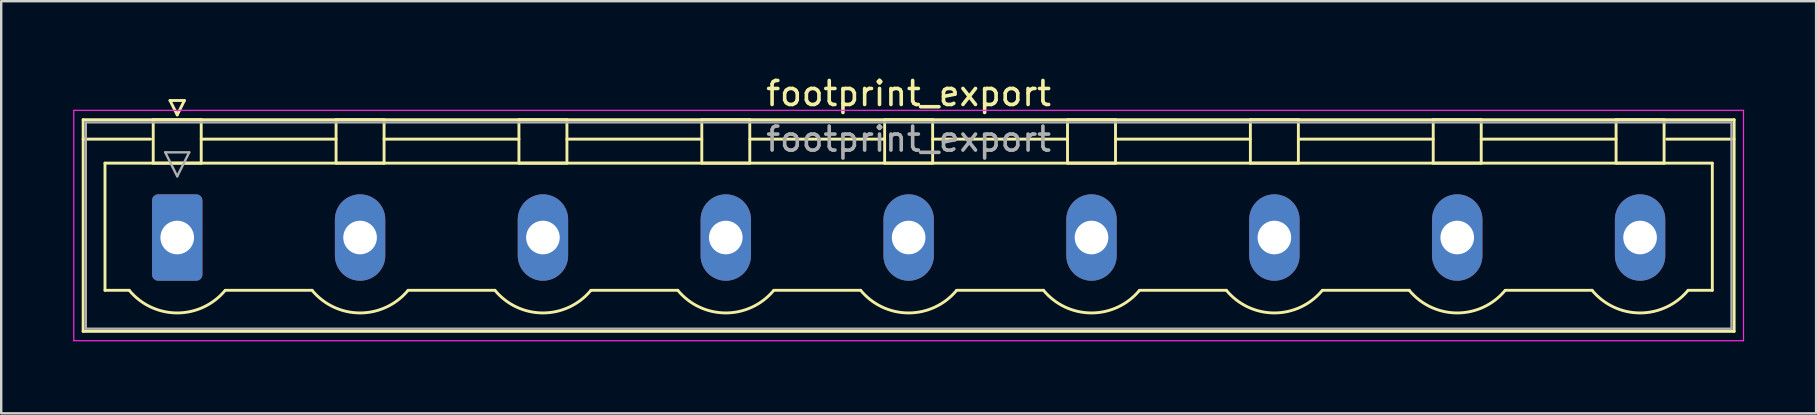
<source format=kicad_pcb>
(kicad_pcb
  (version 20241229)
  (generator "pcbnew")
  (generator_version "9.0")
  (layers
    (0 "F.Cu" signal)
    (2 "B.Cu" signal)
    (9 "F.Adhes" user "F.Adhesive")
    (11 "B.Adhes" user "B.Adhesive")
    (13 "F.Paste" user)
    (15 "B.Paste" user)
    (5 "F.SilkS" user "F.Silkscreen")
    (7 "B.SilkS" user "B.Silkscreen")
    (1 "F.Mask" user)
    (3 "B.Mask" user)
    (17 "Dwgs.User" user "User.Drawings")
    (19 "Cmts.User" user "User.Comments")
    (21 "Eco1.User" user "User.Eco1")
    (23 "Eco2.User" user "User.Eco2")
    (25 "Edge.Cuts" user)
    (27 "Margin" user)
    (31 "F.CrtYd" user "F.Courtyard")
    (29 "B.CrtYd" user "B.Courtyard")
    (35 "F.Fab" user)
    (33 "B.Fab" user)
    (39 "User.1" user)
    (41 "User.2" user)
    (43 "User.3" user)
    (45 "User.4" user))
  (footprint "footprint_export"
    (layer "F.Cu")
    (at 4.335 6.848)
    (property "Reference" "footprint_export" (at 30.48 -6 0) (layer "F.SilkS") (effects (font (size 1 1) (thickness 0.15))))
    (attr through_hole)
    (fp_line (start -3.92 -4.91) (end -3.92 3.91) (stroke (width 0.12) (type solid)) (layer "F.SilkS"))
    (fp_line (start -3.92 -4.1) (end -1.11 -4.1) (stroke (width 0.12) (type solid)) (layer "F.SilkS"))
    (fp_line (start -3.92 3.91) (end 64.88 3.91) (stroke (width 0.12) (type solid)) (layer "F.SilkS"))
    (fp_line (start -3.01 -3.1) (end 63.97 -3.1) (stroke (width 0.12) (type solid)) (layer "F.SilkS"))
    (fp_line (start -3.01 2.2) (end -3.01 -3.1) (stroke (width 0.12) (type solid)) (layer "F.SilkS"))
    (fp_line (start -2 2.2) (end -3.01 2.2) (stroke (width 0.12) (type solid)) (layer "F.SilkS"))
    (fp_line (start -1 -4.91) (end 1 -4.91) (stroke (width 0.12) (type solid)) (layer "F.SilkS"))
    (fp_line (start -1 -3.1) (end -1 -4.91) (stroke (width 0.12) (type solid)) (layer "F.SilkS"))
    (fp_line (start -0.3 -5.71) (end 0.3 -5.71) (stroke (width 0.12) (type solid)) (layer "F.SilkS"))
    (fp_line (start 0 -5.11) (end -0.3 -5.71) (stroke (width 0.12) (type solid)) (layer "F.SilkS"))
    (fp_line (start 0.3 -5.71) (end 0 -5.11) (stroke (width 0.12) (type solid)) (layer "F.SilkS"))
    (fp_line (start 1 -4.91) (end 1 -3.1) (stroke (width 0.12) (type solid)) (layer "F.SilkS"))
    (fp_line (start 1 -4.1) (end 6.62 -4.1) (stroke (width 0.12) (type solid)) (layer "F.SilkS"))
    (fp_line (start 1 -3.1) (end -1 -3.1) (stroke (width 0.12) (type solid)) (layer "F.SilkS"))
    (fp_line (start 2 2.2) (end 5.62 2.2) (stroke (width 0.12) (type solid)) (layer "F.SilkS"))
    (fp_line (start 6.62 -4.91) (end 8.62 -4.91) (stroke (width 0.12) (type solid)) (layer "F.SilkS"))
    (fp_line (start 6.62 -3.1) (end 6.62 -4.91) (stroke (width 0.12) (type solid)) (layer "F.SilkS"))
    (fp_line (start 8.62 -4.91) (end 8.62 -3.1) (stroke (width 0.12) (type solid)) (layer "F.SilkS"))
    (fp_line (start 8.62 -4.1) (end 14.24 -4.1) (stroke (width 0.12) (type solid)) (layer "F.SilkS"))
    (fp_line (start 8.62 -3.1) (end 6.62 -3.1) (stroke (width 0.12) (type solid)) (layer "F.SilkS"))
    (fp_line (start 9.62 2.2) (end 13.24 2.2) (stroke (width 0.12) (type solid)) (layer "F.SilkS"))
    (fp_line (start 14.24 -4.91) (end 16.24 -4.91) (stroke (width 0.12) (type solid)) (layer "F.SilkS"))
    (fp_line (start 14.24 -3.1) (end 14.24 -4.91) (stroke (width 0.12) (type solid)) (layer "F.SilkS"))
    (fp_line (start 16.24 -4.91) (end 16.24 -3.1) (stroke (width 0.12) (type solid)) (layer "F.SilkS"))
    (fp_line (start 16.24 -4.1) (end 21.86 -4.1) (stroke (width 0.12) (type solid)) (layer "F.SilkS"))
    (fp_line (start 16.24 -3.1) (end 14.24 -3.1) (stroke (width 0.12) (type solid)) (layer "F.SilkS"))
    (fp_line (start 17.24 2.2) (end 20.86 2.2) (stroke (width 0.12) (type solid)) (layer "F.SilkS"))
    (fp_line (start 21.86 -4.91) (end 23.86 -4.91) (stroke (width 0.12) (type solid)) (layer "F.SilkS"))
    (fp_line (start 21.86 -3.1) (end 21.86 -4.91) (stroke (width 0.12) (type solid)) (layer "F.SilkS"))
    (fp_line (start 23.86 -4.91) (end 23.86 -3.1) (stroke (width 0.12) (type solid)) (layer "F.SilkS"))
    (fp_line (start 23.86 -4.1) (end 29.48 -4.1) (stroke (width 0.12) (type solid)) (layer "F.SilkS"))
    (fp_line (start 23.86 -3.1) (end 21.86 -3.1) (stroke (width 0.12) (type solid)) (layer "F.SilkS"))
    (fp_line (start 24.86 2.2) (end 28.48 2.2) (stroke (width 0.12) (type solid)) (layer "F.SilkS"))
    (fp_line (start 29.48 -4.91) (end 31.48 -4.91) (stroke (width 0.12) (type solid)) (layer "F.SilkS"))
    (fp_line (start 29.48 -3.1) (end 29.48 -4.91) (stroke (width 0.12) (type solid)) (layer "F.SilkS"))
    (fp_line (start 31.48 -4.91) (end 31.48 -3.1) (stroke (width 0.12) (type solid)) (layer "F.SilkS"))
    (fp_line (start 31.48 -4.1) (end 37.1 -4.1) (stroke (width 0.12) (type solid)) (layer "F.SilkS"))
    (fp_line (start 31.48 -3.1) (end 29.48 -3.1) (stroke (width 0.12) (type solid)) (layer "F.SilkS"))
    (fp_line (start 32.48 2.2) (end 36.1 2.2) (stroke (width 0.12) (type solid)) (layer "F.SilkS"))
    (fp_line (start 37.1 -4.91) (end 39.1 -4.91) (stroke (width 0.12) (type solid)) (layer "F.SilkS"))
    (fp_line (start 37.1 -3.1) (end 37.1 -4.91) (stroke (width 0.12) (type solid)) (layer "F.SilkS"))
    (fp_line (start 39.1 -4.91) (end 39.1 -3.1) (stroke (width 0.12) (type solid)) (layer "F.SilkS"))
    (fp_line (start 39.1 -4.1) (end 44.72 -4.1) (stroke (width 0.12) (type solid)) (layer "F.SilkS"))
    (fp_line (start 39.1 -3.1) (end 37.1 -3.1) (stroke (width 0.12) (type solid)) (layer "F.SilkS"))
    (fp_line (start 40.1 2.2) (end 43.72 2.2) (stroke (width 0.12) (type solid)) (layer "F.SilkS"))
    (fp_line (start 44.72 -4.91) (end 46.72 -4.91) (stroke (width 0.12) (type solid)) (layer "F.SilkS"))
    (fp_line (start 44.72 -3.1) (end 44.72 -4.91) (stroke (width 0.12) (type solid)) (layer "F.SilkS"))
    (fp_line (start 46.72 -4.91) (end 46.72 -3.1) (stroke (width 0.12) (type solid)) (layer "F.SilkS"))
    (fp_line (start 46.72 -4.1) (end 52.34 -4.1) (stroke (width 0.12) (type solid)) (layer "F.SilkS"))
    (fp_line (start 46.72 -3.1) (end 44.72 -3.1) (stroke (width 0.12) (type solid)) (layer "F.SilkS"))
    (fp_line (start 47.72 2.2) (end 51.34 2.2) (stroke (width 0.12) (type solid)) (layer "F.SilkS"))
    (fp_line (start 52.34 -4.91) (end 54.34 -4.91) (stroke (width 0.12) (type solid)) (layer "F.SilkS"))
    (fp_line (start 52.34 -3.1) (end 52.34 -4.91) (stroke (width 0.12) (type solid)) (layer "F.SilkS"))
    (fp_line (start 54.34 -4.91) (end 54.34 -3.1) (stroke (width 0.12) (type solid)) (layer "F.SilkS"))
    (fp_line (start 54.34 -4.1) (end 59.96 -4.1) (stroke (width 0.12) (type solid)) (layer "F.SilkS"))
    (fp_line (start 54.34 -3.1) (end 52.34 -3.1) (stroke (width 0.12) (type solid)) (layer "F.SilkS"))
    (fp_line (start 55.34 2.2) (end 58.96 2.2) (stroke (width 0.12) (type solid)) (layer "F.SilkS"))
    (fp_line (start 59.96 -4.91) (end 61.96 -4.91) (stroke (width 0.12) (type solid)) (layer "F.SilkS"))
    (fp_line (start 59.96 -3.1) (end 59.96 -4.91) (stroke (width 0.12) (type solid)) (layer "F.SilkS"))
    (fp_line (start 61.96 -4.91) (end 61.96 -3.1) (stroke (width 0.12) (type solid)) (layer "F.SilkS"))
    (fp_line (start 61.96 -3.1) (end 59.96 -3.1) (stroke (width 0.12) (type solid)) (layer "F.SilkS"))
    (fp_line (start 63.97 -3.1) (end 63.97 2.2) (stroke (width 0.12) (type solid)) (layer "F.SilkS"))
    (fp_line (start 63.97 2.2) (end 62.96 2.2) (stroke (width 0.12) (type solid)) (layer "F.SilkS"))
    (fp_line (start 64.88 -4.91) (end -3.92 -4.91) (stroke (width 0.12) (type solid)) (layer "F.SilkS"))
    (fp_line (start 64.88 -4.1) (end 62.07 -4.1) (stroke (width 0.12) (type solid)) (layer "F.SilkS"))
    (fp_line (start 64.88 3.91) (end 64.88 -4.91) (stroke (width 0.12) (type solid)) (layer "F.SilkS"))
    (fp_arc (start 1.986842 2.215821) (mid -0.010289 3.142758) (end -2 2.2) (stroke (width 0.12) (type solid)) (layer "F.SilkS"))
    (fp_arc (start 9.606842 2.215821) (mid 7.609711 3.142758) (end 5.62 2.2) (stroke (width 0.12) (type solid)) (layer "F.SilkS"))
    (fp_arc (start 17.226842 2.215821) (mid 15.229711 3.142758) (end 13.24 2.2) (stroke (width 0.12) (type solid)) (layer "F.SilkS"))
    (fp_arc (start 24.846842 2.215821) (mid 22.849711 3.142758) (end 20.86 2.2) (stroke (width 0.12) (type solid)) (layer "F.SilkS"))
    (fp_arc (start 32.466842 2.215821) (mid 30.469711 3.142758) (end 28.48 2.2) (stroke (width 0.12) (type solid)) (layer "F.SilkS"))
    (fp_arc (start 40.086842 2.215821) (mid 38.089711 3.142758) (end 36.1 2.2) (stroke (width 0.12) (type solid)) (layer "F.SilkS"))
    (fp_arc (start 47.706842 2.215821) (mid 45.709711 3.142758) (end 43.72 2.2) (stroke (width 0.12) (type solid)) (layer "F.SilkS"))
    (fp_arc (start 55.326842 2.215821) (mid 53.329711 3.142758) (end 51.34 2.2) (stroke (width 0.12) (type solid)) (layer "F.SilkS"))
    (fp_arc (start 62.946842 2.215821) (mid 60.949711 3.142758) (end 58.96 2.2) (stroke (width 0.12) (type solid)) (layer "F.SilkS"))
    (fp_line (start -4.31 -5.3) (end -4.31 4.3) (stroke (width 0.05) (type solid)) (layer "F.CrtYd"))
    (fp_line (start -4.31 4.3) (end 65.27 4.3) (stroke (width 0.05) (type solid)) (layer "F.CrtYd"))
    (fp_line (start 65.27 -5.3) (end -4.31 -5.3) (stroke (width 0.05) (type solid)) (layer "F.CrtYd"))
    (fp_line (start 65.27 4.3) (end 65.27 -5.3) (stroke (width 0.05) (type solid)) (layer "F.CrtYd"))
    (fp_line (start -3.81 -4.8) (end -3.81 3.8) (stroke (width 0.1) (type solid)) (layer "F.Fab"))
    (fp_line (start -3.81 3.8) (end 64.77 3.8) (stroke (width 0.1) (type solid)) (layer "F.Fab"))
    (fp_line (start -0.5 -3.55) (end 0.5 -3.55) (stroke (width 0.1) (type solid)) (layer "F.Fab"))
    (fp_line (start 0 -2.55) (end -0.5 -3.55) (stroke (width 0.1) (type solid)) (layer "F.Fab"))
    (fp_line (start 0.5 -3.55) (end 0 -2.55) (stroke (width 0.1) (type solid)) (layer "F.Fab"))
    (fp_line (start 64.77 -4.8) (end -3.81 -4.8) (stroke (width 0.1) (type solid)) (layer "F.Fab"))
    (fp_line (start 64.77 3.8) (end 64.77 -4.8) (stroke (width 0.1) (type solid)) (layer "F.Fab"))
    (fp_text user "${REFERENCE}" (at 30.48 -4.1 0) (layer "F.Fab") (effects (font (size 1 1) (thickness 0.15))))
    (pad "1" thru_hole roundrect (at 0 0) (size 2.1 3.6) (drill 1.4) (layers "*.Cu" "*.Mask") (roundrect_rratio 0.119))
    (pad "2" thru_hole oval (at 7.62 0) (size 2.1 3.6) (drill 1.4) (layers "*.Cu" "*.Mask"))
    (pad "3" thru_hole oval (at 15.24 0) (size 2.1 3.6) (drill 1.4) (layers "*.Cu" "*.Mask"))
    (pad "4" thru_hole oval (at 22.86 0) (size 2.1 3.6) (drill 1.4) (layers "*.Cu" "*.Mask"))
    (pad "5" thru_hole oval (at 30.48 0) (size 2.1 3.6) (drill 1.4) (layers "*.Cu" "*.Mask"))
    (pad "6" thru_hole oval (at 38.1 0) (size 2.1 3.6) (drill 1.4) (layers "*.Cu" "*.Mask"))
    (pad "7" thru_hole oval (at 45.72 0) (size 2.1 3.6) (drill 1.4) (layers "*.Cu" "*.Mask"))
    (pad "8" thru_hole oval (at 53.34 0) (size 2.1 3.6) (drill 1.4) (layers "*.Cu" "*.Mask"))
    (pad "9" thru_hole oval (at 60.96 0) (size 2.1 3.6) (drill 1.4) (layers "*.Cu" "*.Mask")))
  (gr_rect
    (start -3 -3)
    (end 72.63 14.173)
    (stroke (width 0.1) (type default))
    (fill no)
    (layer "Edge.Cuts")))
</source>
